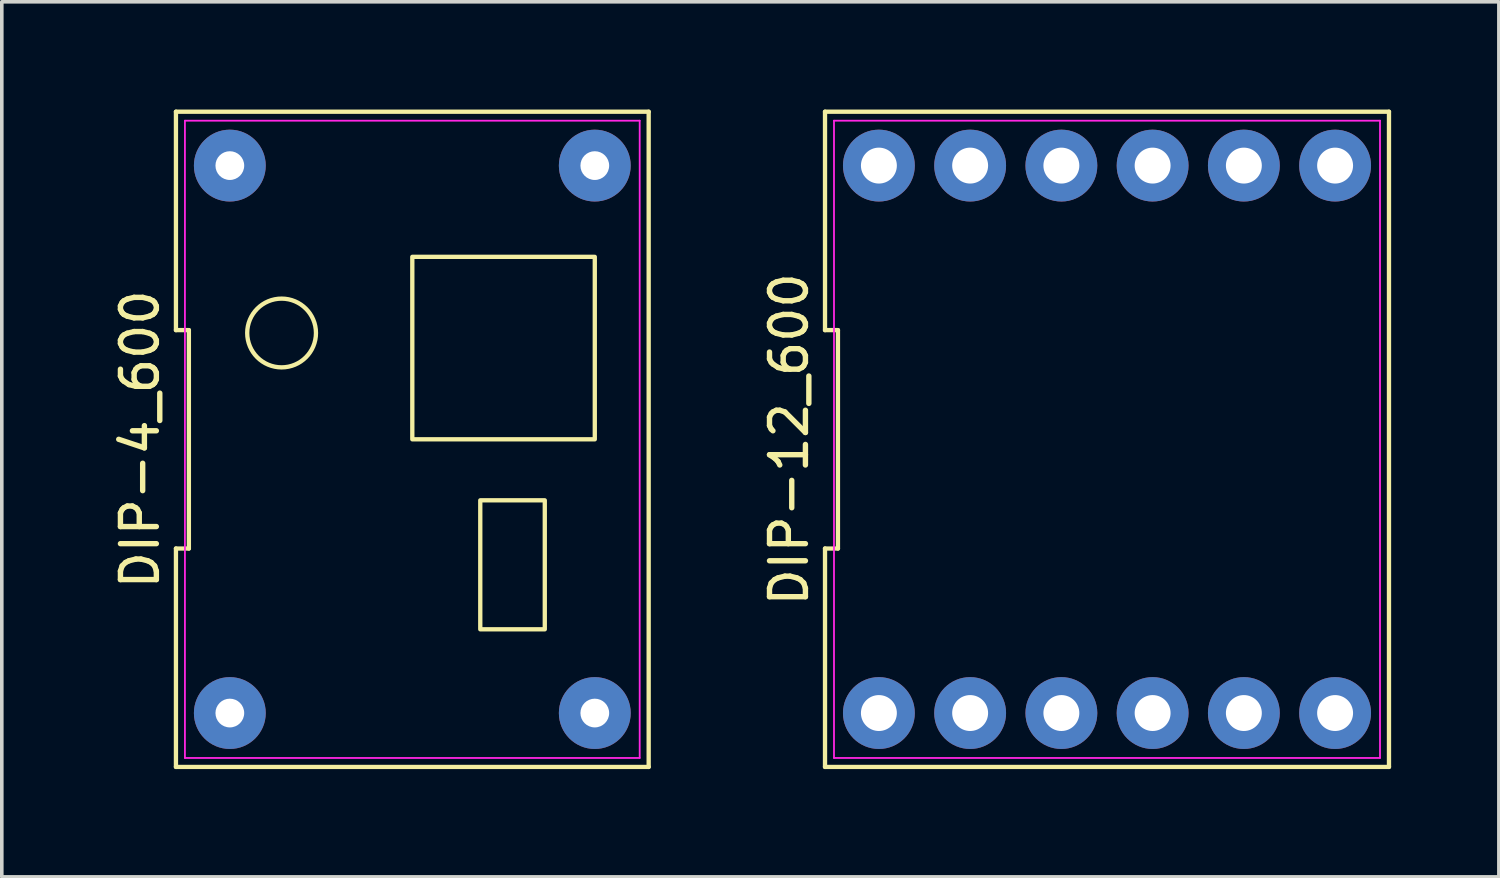
<source format=kicad_pcb>
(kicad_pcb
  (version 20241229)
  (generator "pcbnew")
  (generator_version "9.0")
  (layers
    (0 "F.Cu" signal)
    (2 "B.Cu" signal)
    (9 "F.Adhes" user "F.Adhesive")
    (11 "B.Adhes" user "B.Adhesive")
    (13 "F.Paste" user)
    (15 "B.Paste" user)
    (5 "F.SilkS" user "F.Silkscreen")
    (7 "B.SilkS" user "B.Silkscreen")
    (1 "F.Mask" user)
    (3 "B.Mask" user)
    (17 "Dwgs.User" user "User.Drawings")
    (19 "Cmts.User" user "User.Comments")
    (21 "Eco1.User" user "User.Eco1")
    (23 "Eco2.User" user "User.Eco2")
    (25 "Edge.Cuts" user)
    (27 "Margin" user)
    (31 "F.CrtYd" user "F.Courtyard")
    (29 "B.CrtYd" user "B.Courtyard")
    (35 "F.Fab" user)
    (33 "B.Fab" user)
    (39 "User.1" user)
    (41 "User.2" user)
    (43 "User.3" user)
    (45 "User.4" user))
  (footprint "DIP-12_600"
    (layer "F.Cu")
    (at 27.767 9.18)
    (property "Reference" "DIP-12_600" (at -8.85 0 90) (layer "F.SilkS") (effects (font (size 1 1) (thickness 0.15))))
    (fp_line (start -7.85 -3.04) (end -7.49 -3.04) (stroke (width 0.12) (type default)) (layer "F.SilkS"))
    (fp_line (start -7.85 3.04) (end -7.85 9.12) (stroke (width 0.12) (type default)) (layer "F.SilkS"))
    (fp_line (start -7.85 9.12) (end 7.85 9.12) (stroke (width 0.12) (type default)) (layer "F.SilkS"))
    (fp_line (start -7.85 -9.12) (end -7.85 -3.04) (stroke (width 0.12) (type default)) (layer "F.SilkS"))
    (fp_line (start -7.49 -3.04) (end -7.49 3.04) (stroke (width 0.12) (type default)) (layer "F.SilkS"))
    (fp_line (start -7.49 3.04) (end -7.85 3.04) (stroke (width 0.12) (type default)) (layer "F.SilkS"))
    (fp_line (start 7.85 9.12) (end 7.85 -9.12) (stroke (width 0.12) (type default)) (layer "F.SilkS"))
    (fp_line (start 7.85 -9.12) (end -7.85 -9.12) (stroke (width 0.12) (type default)) (layer "F.SilkS"))
    (fp_line (start -7.6 -8.87) (end 7.6 -8.87) (stroke (width 0.05) (type default)) (layer "F.CrtYd"))
    (fp_line (start -7.6 8.87) (end -7.6 -8.87) (stroke (width 0.05) (type default)) (layer "F.CrtYd"))
    (fp_line (start 7.6 -8.87) (end 7.6 8.87) (stroke (width 0.05) (type default)) (layer "F.CrtYd"))
    (fp_line (start 7.6 8.87) (end -7.6 8.87) (stroke (width 0.05) (type default)) (layer "F.CrtYd"))
    (pad "1" thru_hole circle (at -6.35 7.62) (size 2 2) (drill 1) (layers "*.Cu" "*.Mask"))
    (pad "2" thru_hole circle (at -3.81 7.62) (size 2 2) (drill 1) (layers "*.Cu" "*.Mask"))
    (pad "3" thru_hole circle (at -1.27 7.62) (size 2 2) (drill 1) (layers "*.Cu" "*.Mask"))
    (pad "4" thru_hole circle (at 1.27 7.62) (size 2 2) (drill 1) (layers "*.Cu" "*.Mask"))
    (pad "5" thru_hole circle (at 3.81 7.62) (size 2 2) (drill 1) (layers "*.Cu" "*.Mask"))
    (pad "6" thru_hole circle (at 6.35 7.62) (size 2 2) (drill 1) (layers "*.Cu" "*.Mask"))
    (pad "7" thru_hole circle (at 6.35 -7.62) (size 2 2) (drill 1) (layers "*.Cu" "*.Mask"))
    (pad "8" thru_hole circle (at 3.81 -7.62) (size 2 2) (drill 1) (layers "*.Cu" "*.Mask"))
    (pad "9" thru_hole circle (at 1.27 -7.62) (size 2 2) (drill 1) (layers "*.Cu" "*.Mask"))
    (pad "10" thru_hole circle (at -1.27 -7.62) (size 2 2) (drill 1) (layers "*.Cu" "*.Mask"))
    (pad "11" thru_hole circle (at -3.81 -7.62) (size 2 2) (drill 1) (layers "*.Cu" "*.Mask"))
    (pad "12" thru_hole circle (at -6.35 -7.62) (size 2 2) (drill 1) (layers "*.Cu" "*.Mask")))
  (footprint "DIP-4_600"
    (layer "F.Cu")
    (at 8.428 9.18)
    (property "Reference" "DIP-4_600" (at -7.58 0 90) (layer "F.SilkS") (effects (font (size 1 1) (thickness 0.15))))
    (fp_line (start -6.58 -3.04) (end -6.22 -3.04) (stroke (width 0.12) (type default)) (layer "F.SilkS"))
    (fp_line (start -6.58 3.04) (end -6.58 9.12) (stroke (width 0.12) (type default)) (layer "F.SilkS"))
    (fp_line (start -6.58 9.12) (end 6.58 9.12) (stroke (width 0.12) (type default)) (layer "F.SilkS"))
    (fp_line (start -6.58 -9.12) (end -6.58 -3.04) (stroke (width 0.12) (type default)) (layer "F.SilkS"))
    (fp_line (start -6.22 -3.04) (end -6.22 3.04) (stroke (width 0.12) (type default)) (layer "F.SilkS"))
    (fp_line (start -6.22 3.04) (end -6.58 3.04) (stroke (width 0.12) (type default)) (layer "F.SilkS"))
    (fp_line (start 6.58 9.12) (end 6.58 -9.12) (stroke (width 0.12) (type default)) (layer "F.SilkS"))
    (fp_line (start 6.58 -9.12) (end -6.58 -9.12) (stroke (width 0.12) (type default)) (layer "F.SilkS"))
    (fp_rect (start 1.892 1.698) (end 3.688 5.289) (stroke (width 0.12) (type default)) (fill no) (layer "F.SilkS"))
    (fp_rect (start 5.08 -5.08) (end 0 0) (stroke (width 0.12) (type default)) (fill no) (layer "F.SilkS"))
    (fp_circle (center -3.639 -2.96) (end -2.814 -3.445) (stroke (width 0.12) (type default)) (fill no) (layer "F.SilkS"))
    (fp_line (start -6.33 -8.87) (end 6.33 -8.87) (stroke (width 0.05) (type default)) (layer "F.CrtYd"))
    (fp_line (start -6.33 8.87) (end -6.33 -8.87) (stroke (width 0.05) (type default)) (layer "F.CrtYd"))
    (fp_line (start 6.33 -8.87) (end 6.33 8.87) (stroke (width 0.05) (type default)) (layer "F.CrtYd"))
    (fp_line (start 6.33 8.87) (end -6.33 8.87) (stroke (width 0.05) (type default)) (layer "F.CrtYd"))
    (pad "1" thru_hole circle (at -5.08 7.62) (size 2 2) (drill 0.8) (layers "*.Cu" "*.Mask"))
    (pad "2" thru_hole circle (at 5.08 7.62) (size 2 2) (drill 0.8) (layers "*.Cu" "*.Mask"))
    (pad "3" thru_hole circle (at 5.08 -7.62) (size 2 2) (drill 0.8) (layers "*.Cu" "*.Mask"))
    (pad "4" thru_hole circle (at -5.08 -7.62) (size 2 2) (drill 0.8) (layers "*.Cu" "*.Mask")))
  (gr_rect
    (start -3 -3)
    (end 38.676 21.36)
    (stroke (width 0.1) (type default))
    (fill no)
    (layer "Edge.Cuts")))
</source>
